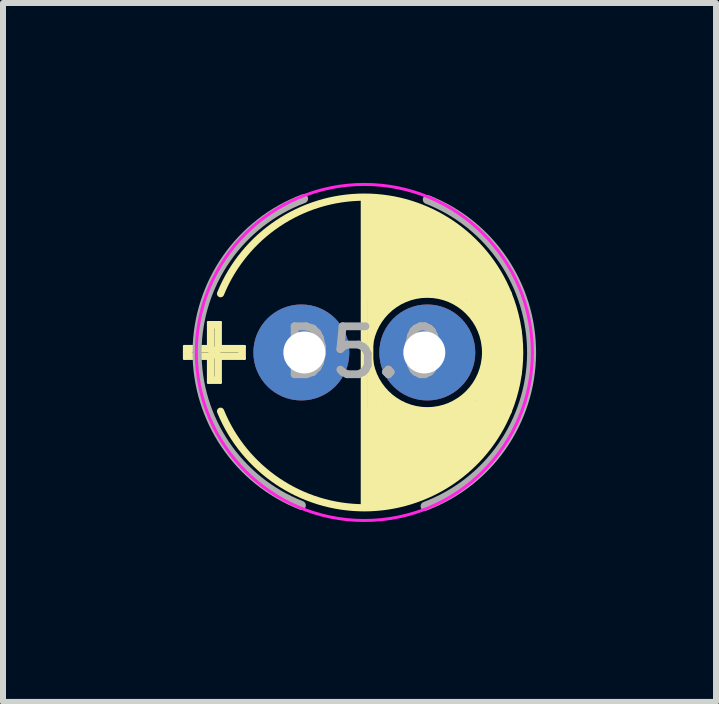
<source format=kicad_pcb>
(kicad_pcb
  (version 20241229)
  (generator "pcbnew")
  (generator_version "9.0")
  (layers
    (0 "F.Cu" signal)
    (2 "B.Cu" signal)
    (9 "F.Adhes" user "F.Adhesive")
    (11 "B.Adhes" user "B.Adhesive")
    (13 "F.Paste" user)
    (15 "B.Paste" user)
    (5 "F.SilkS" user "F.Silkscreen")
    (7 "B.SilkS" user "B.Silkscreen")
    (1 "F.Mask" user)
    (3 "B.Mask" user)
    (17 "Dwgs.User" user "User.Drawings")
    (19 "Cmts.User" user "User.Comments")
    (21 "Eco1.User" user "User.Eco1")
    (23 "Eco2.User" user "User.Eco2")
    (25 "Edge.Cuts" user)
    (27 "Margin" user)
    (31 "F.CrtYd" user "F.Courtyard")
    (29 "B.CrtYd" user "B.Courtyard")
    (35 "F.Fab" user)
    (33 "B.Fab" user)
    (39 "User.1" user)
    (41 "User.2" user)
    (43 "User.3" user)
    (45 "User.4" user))
  (footprint "D5.0"
    (layer "F.Cu")
    (at 3.025 2.827)
    (property "Reference" "D5.0" (at 0 0 0) (layer "F.Fab") (effects (font (size 0.8 0.8) (thickness 0.13))))
    (attr through_hole)
    (fp_line (start -3 -0.1) (end -3 0.1) (stroke (width 0.05) (type solid)) (layer "F.SilkS"))
    (fp_line (start -3 -0.1) (end -2.6 -0.1) (stroke (width 0.05) (type solid)) (layer "F.SilkS"))
    (fp_line (start -3 0) (end -2.9 0) (stroke (width 0.05) (type solid)) (layer "F.SilkS"))
    (fp_line (start -2.95 -0.05) (end -2.05 -0.05) (stroke (width 0.1) (type solid)) (layer "F.SilkS"))
    (fp_line (start -2.6 -0.5) (end -2.4 -0.5) (stroke (width 0.05) (type solid)) (layer "F.SilkS"))
    (fp_line (start -2.6 -0.1) (end -2.6 -0.5) (stroke (width 0.05) (type solid)) (layer "F.SilkS"))
    (fp_line (start -2.6 0.1) (end -3 0.1) (stroke (width 0.05) (type solid)) (layer "F.SilkS"))
    (fp_line (start -2.6 0.5) (end -2.6 0.1) (stroke (width 0.05) (type solid)) (layer "F.SilkS"))
    (fp_line (start -2.55 -0.45) (end -2.55 0.45) (stroke (width 0.1) (type solid)) (layer "F.SilkS"))
    (fp_line (start -2.55 0.45) (end -2.45 0.45) (stroke (width 0.1) (type solid)) (layer "F.SilkS"))
    (fp_line (start -2.45 -0.45) (end -2.55 -0.45) (stroke (width 0.1) (type solid)) (layer "F.SilkS"))
    (fp_line (start -2.45 0.45) (end -2.45 -0.45) (stroke (width 0.1) (type solid)) (layer "F.SilkS"))
    (fp_line (start -2.4 -0.5) (end -2.4 -0.1) (stroke (width 0.05) (type solid)) (layer "F.SilkS"))
    (fp_line (start -2.4 -0.1) (end -2 -0.1) (stroke (width 0.05) (type solid)) (layer "F.SilkS"))
    (fp_line (start -2.4 0.1) (end -2.4 0.5) (stroke (width 0.05) (type solid)) (layer "F.SilkS"))
    (fp_line (start -2.4 0.5) (end -2.6 0.5) (stroke (width 0.05) (type solid)) (layer "F.SilkS"))
    (fp_line (start -2.05 -0.05) (end -2.05 0.05) (stroke (width 0.1) (type solid)) (layer "F.SilkS"))
    (fp_line (start -2.05 0.05) (end -2.95 0.05) (stroke (width 0.1) (type solid)) (layer "F.SilkS"))
    (fp_line (start -2 -0.1) (end -2 0.1) (stroke (width 0.05) (type solid)) (layer "F.SilkS"))
    (fp_line (start -2 0.1) (end -2.4 0.1) (stroke (width 0.05) (type solid)) (layer "F.SilkS"))
    (fp_line (start 0 -2.55) (end 0 2.55) (stroke (width 0.12) (type solid)) (layer "F.SilkS"))
    (fp_line (start 0.04 -2.55) (end 0.04 -0.98) (stroke (width 0.12) (type solid)) (layer "F.SilkS"))
    (fp_line (start 0.04 0.98) (end 0.04 2.55) (stroke (width 0.12) (type solid)) (layer "F.SilkS"))
    (fp_line (start 0.08 -2.549) (end 0.08 -0.98) (stroke (width 0.12) (type solid)) (layer "F.SilkS"))
    (fp_line (start 0.08 0.98) (end 0.08 2.549) (stroke (width 0.12) (type solid)) (layer "F.SilkS"))
    (fp_line (start 0.1 -0.9) (end 0.6 -0.9) (stroke (width 0.1) (type solid)) (layer "F.SilkS"))
    (fp_line (start 0.1 0.9) (end 0.1 -0.9) (stroke (width 0.1) (type solid)) (layer "F.SilkS"))
    (fp_line (start 0.12 -2.548) (end 0.12 -0.98) (stroke (width 0.12) (type solid)) (layer "F.SilkS"))
    (fp_line (start 0.12 0.98) (end 0.12 2.548) (stroke (width 0.12) (type solid)) (layer "F.SilkS"))
    (fp_line (start 0.15 -0.85) (end 0.4 -0.85) (stroke (width 0.1) (type solid)) (layer "F.SilkS"))
    (fp_line (start 0.15 -0.5) (end 0.15 -0.85) (stroke (width 0.1) (type solid)) (layer "F.SilkS"))
    (fp_line (start 0.15 0.5) (end 0.15 0.9) (stroke (width 0.1) (type solid)) (layer "F.SilkS"))
    (fp_line (start 0.15 0.9) (end 0.5 0.9) (stroke (width 0.1) (type solid)) (layer "F.SilkS"))
    (fp_line (start 0.16 -2.546) (end 0.16 -0.98) (stroke (width 0.12) (type solid)) (layer "F.SilkS"))
    (fp_line (start 0.16 0.98) (end 0.16 2.546) (stroke (width 0.12) (type solid)) (layer "F.SilkS"))
    (fp_line (start 0.2 -2.543) (end 0.2 -0.98) (stroke (width 0.12) (type solid)) (layer "F.SilkS"))
    (fp_line (start 0.2 -0.8) (end 0.25 -0.8) (stroke (width 0.1) (type solid)) (layer "F.SilkS"))
    (fp_line (start 0.2 -0.65) (end 0.2 -0.8) (stroke (width 0.1) (type solid)) (layer "F.SilkS"))
    (fp_line (start 0.2 0.65) (end 0.25 0.85) (stroke (width 0.1) (type solid)) (layer "F.SilkS"))
    (fp_line (start 0.2 0.98) (end 0.2 2.543) (stroke (width 0.12) (type solid)) (layer "F.SilkS"))
    (fp_line (start 0.24 -2.539) (end 0.24 -0.98) (stroke (width 0.12) (type solid)) (layer "F.SilkS"))
    (fp_line (start 0.24 0.98) (end 0.24 2.539) (stroke (width 0.12) (type solid)) (layer "F.SilkS"))
    (fp_line (start 0.25 -0.7) (end 0.2 -0.65) (stroke (width 0.1) (type solid)) (layer "F.SilkS"))
    (fp_line (start 0.25 0.85) (end 0.35 0.85) (stroke (width 0.1) (type solid)) (layer "F.SilkS"))
    (fp_line (start 0.28 -2.535) (end 0.28 -0.98) (stroke (width 0.12) (type solid)) (layer "F.SilkS"))
    (fp_line (start 0.28 0.98) (end 0.28 2.535) (stroke (width 0.12) (type solid)) (layer "F.SilkS"))
    (fp_line (start 0.32 -2.531) (end 0.32 -0.98) (stroke (width 0.12) (type solid)) (layer "F.SilkS"))
    (fp_line (start 0.32 0.98) (end 0.32 2.531) (stroke (width 0.12) (type solid)) (layer "F.SilkS"))
    (fp_line (start 0.35 -0.75) (end 0.15 -0.5) (stroke (width 0.1) (type solid)) (layer "F.SilkS"))
    (fp_line (start 0.35 0.75) (end 0.15 0.5) (stroke (width 0.1) (type solid)) (layer "F.SilkS"))
    (fp_line (start 0.35 0.85) (end 0.3 0.8) (stroke (width 0.1) (type solid)) (layer "F.SilkS"))
    (fp_line (start 0.36 -2.525) (end 0.36 -0.98) (stroke (width 0.12) (type solid)) (layer "F.SilkS"))
    (fp_line (start 0.36 0.98) (end 0.36 2.525) (stroke (width 0.12) (type solid)) (layer "F.SilkS"))
    (fp_line (start 0.4 -2.519) (end 0.4 -0.98) (stroke (width 0.12) (type solid)) (layer "F.SilkS"))
    (fp_line (start 0.4 -0.85) (end 0.25 -0.7) (stroke (width 0.1) (type solid)) (layer "F.SilkS"))
    (fp_line (start 0.4 0.98) (end 0.4 2.519) (stroke (width 0.12) (type solid)) (layer "F.SilkS"))
    (fp_line (start 0.44 -2.513) (end 0.44 -0.98) (stroke (width 0.12) (type solid)) (layer "F.SilkS"))
    (fp_line (start 0.44 0.98) (end 0.44 2.513) (stroke (width 0.12) (type solid)) (layer "F.SilkS"))
    (fp_line (start 0.48 -2.506) (end 0.48 -0.98) (stroke (width 0.12) (type solid)) (layer "F.SilkS"))
    (fp_line (start 0.48 0.98) (end 0.48 2.506) (stroke (width 0.12) (type solid)) (layer "F.SilkS"))
    (fp_line (start 0.5 0.9) (end 0.2 0.65) (stroke (width 0.1) (type solid)) (layer "F.SilkS"))
    (fp_line (start 0.52 -2.498) (end 0.52 -0.98) (stroke (width 0.12) (type solid)) (layer "F.SilkS"))
    (fp_line (start 0.52 0.98) (end 0.52 2.498) (stroke (width 0.12) (type solid)) (layer "F.SilkS"))
    (fp_line (start 0.56 -2.489) (end 0.56 -0.98) (stroke (width 0.12) (type solid)) (layer "F.SilkS"))
    (fp_line (start 0.56 0.98) (end 0.56 2.489) (stroke (width 0.12) (type solid)) (layer "F.SilkS"))
    (fp_line (start 0.6 -2.48) (end 0.6 -0.98) (stroke (width 0.12) (type solid)) (layer "F.SilkS"))
    (fp_line (start 0.6 -0.9) (end 0.35 -0.75) (stroke (width 0.1) (type solid)) (layer "F.SilkS"))
    (fp_line (start 0.6 0.98) (end 0.6 2.48) (stroke (width 0.12) (type solid)) (layer "F.SilkS"))
    (fp_line (start 0.64 -2.47) (end 0.64 -0.98) (stroke (width 0.12) (type solid)) (layer "F.SilkS"))
    (fp_line (start 0.64 0.98) (end 0.64 2.47) (stroke (width 0.12) (type solid)) (layer "F.SilkS"))
    (fp_line (start 0.65 0.95) (end 0.35 0.75) (stroke (width 0.1) (type solid)) (layer "F.SilkS"))
    (fp_line (start 0.68 -2.46) (end 0.68 -0.98) (stroke (width 0.12) (type solid)) (layer "F.SilkS"))
    (fp_line (start 0.68 0.98) (end 0.68 2.46) (stroke (width 0.12) (type solid)) (layer "F.SilkS"))
    (fp_line (start 0.721 -2.448) (end 0.721 -0.98) (stroke (width 0.12) (type solid)) (layer "F.SilkS"))
    (fp_line (start 0.721 0.98) (end 0.721 2.448) (stroke (width 0.12) (type solid)) (layer "F.SilkS"))
    (fp_line (start 0.761 -2.436) (end 0.761 -0.98) (stroke (width 0.12) (type solid)) (layer "F.SilkS"))
    (fp_line (start 0.761 0.98) (end 0.761 2.436) (stroke (width 0.12) (type solid)) (layer "F.SilkS"))
    (fp_line (start 0.801 -2.424) (end 0.801 -0.98) (stroke (width 0.12) (type solid)) (layer "F.SilkS"))
    (fp_line (start 0.801 0.98) (end 0.801 2.424) (stroke (width 0.12) (type solid)) (layer "F.SilkS"))
    (fp_line (start 0.841 -2.41) (end 0.841 -0.98) (stroke (width 0.12) (type solid)) (layer "F.SilkS"))
    (fp_line (start 0.841 0.98) (end 0.841 2.41) (stroke (width 0.12) (type solid)) (layer "F.SilkS"))
    (fp_line (start 0.881 -2.396) (end 0.881 -0.98) (stroke (width 0.12) (type solid)) (layer "F.SilkS"))
    (fp_line (start 0.881 0.98) (end 0.881 2.396) (stroke (width 0.12) (type solid)) (layer "F.SilkS"))
    (fp_line (start 0.921 -2.382) (end 0.921 -0.98) (stroke (width 0.12) (type solid)) (layer "F.SilkS"))
    (fp_line (start 0.921 0.98) (end 0.921 2.382) (stroke (width 0.12) (type solid)) (layer "F.SilkS"))
    (fp_line (start 0.961 -2.366) (end 0.961 -0.98) (stroke (width 0.12) (type solid)) (layer "F.SilkS"))
    (fp_line (start 0.961 0.98) (end 0.961 2.366) (stroke (width 0.12) (type solid)) (layer "F.SilkS"))
    (fp_line (start 1.001 -2.35) (end 1.001 -0.98) (stroke (width 0.12) (type solid)) (layer "F.SilkS"))
    (fp_line (start 1.001 0.98) (end 1.001 2.35) (stroke (width 0.12) (type solid)) (layer "F.SilkS"))
    (fp_line (start 1.041 -2.333) (end 1.041 -0.98) (stroke (width 0.12) (type solid)) (layer "F.SilkS"))
    (fp_line (start 1.041 0.98) (end 1.041 2.333) (stroke (width 0.12) (type solid)) (layer "F.SilkS"))
    (fp_line (start 1.081 -2.315) (end 1.081 -0.98) (stroke (width 0.12) (type solid)) (layer "F.SilkS"))
    (fp_line (start 1.081 0.98) (end 1.081 2.315) (stroke (width 0.12) (type solid)) (layer "F.SilkS"))
    (fp_line (start 1.121 -2.296) (end 1.121 -0.98) (stroke (width 0.12) (type solid)) (layer "F.SilkS"))
    (fp_line (start 1.121 0.98) (end 1.121 2.296) (stroke (width 0.12) (type solid)) (layer "F.SilkS"))
    (fp_line (start 1.161 -2.276) (end 1.161 -0.98) (stroke (width 0.12) (type solid)) (layer "F.SilkS"))
    (fp_line (start 1.161 0.98) (end 1.161 2.276) (stroke (width 0.12) (type solid)) (layer "F.SilkS"))
    (fp_line (start 1.201 -2.256) (end 1.201 -0.98) (stroke (width 0.12) (type solid)) (layer "F.SilkS"))
    (fp_line (start 1.201 0.98) (end 1.201 2.256) (stroke (width 0.12) (type solid)) (layer "F.SilkS"))
    (fp_line (start 1.241 -2.234) (end 1.241 -0.98) (stroke (width 0.12) (type solid)) (layer "F.SilkS"))
    (fp_line (start 1.241 0.98) (end 1.241 2.234) (stroke (width 0.12) (type solid)) (layer "F.SilkS"))
    (fp_line (start 1.281 -2.212) (end 1.281 -0.98) (stroke (width 0.12) (type solid)) (layer "F.SilkS"))
    (fp_line (start 1.281 0.98) (end 1.281 2.212) (stroke (width 0.12) (type solid)) (layer "F.SilkS"))
    (fp_line (start 1.321 -2.189) (end 1.321 -0.98) (stroke (width 0.12) (type solid)) (layer "F.SilkS"))
    (fp_line (start 1.321 0.98) (end 1.321 2.189) (stroke (width 0.12) (type solid)) (layer "F.SilkS"))
    (fp_line (start 1.361 -2.165) (end 1.361 -0.98) (stroke (width 0.12) (type solid)) (layer "F.SilkS"))
    (fp_line (start 1.361 0.98) (end 1.361 2.165) (stroke (width 0.12) (type solid)) (layer "F.SilkS"))
    (fp_line (start 1.4 0.95) (end 1.9 0.6) (stroke (width 0.1) (type solid)) (layer "F.SilkS"))
    (fp_line (start 1.401 -2.14) (end 1.401 -0.98) (stroke (width 0.12) (type solid)) (layer "F.SilkS"))
    (fp_line (start 1.401 0.98) (end 1.401 2.14) (stroke (width 0.12) (type solid)) (layer "F.SilkS"))
    (fp_line (start 1.441 -2.113) (end 1.441 -0.98) (stroke (width 0.12) (type solid)) (layer "F.SilkS"))
    (fp_line (start 1.441 0.98) (end 1.441 2.113) (stroke (width 0.12) (type solid)) (layer "F.SilkS"))
    (fp_line (start 1.481 -2.086) (end 1.481 -0.98) (stroke (width 0.12) (type solid)) (layer "F.SilkS"))
    (fp_line (start 1.481 0.98) (end 1.481 2.086) (stroke (width 0.12) (type solid)) (layer "F.SilkS"))
    (fp_line (start 1.5 -0.95) (end 2 -0.9) (stroke (width 0.1) (type solid)) (layer "F.SilkS"))
    (fp_line (start 1.5 0.95) (end 1.85 0.7) (stroke (width 0.1) (type solid)) (layer "F.SilkS"))
    (fp_line (start 1.521 -2.058) (end 1.521 -0.98) (stroke (width 0.12) (type solid)) (layer "F.SilkS"))
    (fp_line (start 1.521 0.98) (end 1.521 2.058) (stroke (width 0.12) (type solid)) (layer "F.SilkS"))
    (fp_line (start 1.561 -2.028) (end 1.561 -0.98) (stroke (width 0.12) (type solid)) (layer "F.SilkS"))
    (fp_line (start 1.561 0.98) (end 1.561 2.028) (stroke (width 0.12) (type solid)) (layer "F.SilkS"))
    (fp_line (start 1.601 -1.997) (end 1.601 -0.98) (stroke (width 0.12) (type solid)) (layer "F.SilkS"))
    (fp_line (start 1.601 0.98) (end 1.601 1.997) (stroke (width 0.12) (type solid)) (layer "F.SilkS"))
    (fp_line (start 1.641 -1.965) (end 1.641 -0.98) (stroke (width 0.12) (type solid)) (layer "F.SilkS"))
    (fp_line (start 1.641 0.98) (end 1.641 1.965) (stroke (width 0.12) (type solid)) (layer "F.SilkS"))
    (fp_line (start 1.65 0.9) (end 1.9 0.7) (stroke (width 0.1) (type solid)) (layer "F.SilkS"))
    (fp_line (start 1.681 -1.932) (end 1.681 -0.98) (stroke (width 0.12) (type solid)) (layer "F.SilkS"))
    (fp_line (start 1.681 0.98) (end 1.681 1.932) (stroke (width 0.12) (type solid)) (layer "F.SilkS"))
    (fp_line (start 1.7 -0.75) (end 1.75 -0.85) (stroke (width 0.1) (type solid)) (layer "F.SilkS"))
    (fp_line (start 1.721 -1.897) (end 1.721 -0.98) (stroke (width 0.12) (type solid)) (layer "F.SilkS"))
    (fp_line (start 1.721 0.98) (end 1.721 1.897) (stroke (width 0.12) (type solid)) (layer "F.SilkS"))
    (fp_line (start 1.75 -0.85) (end 1.95 -0.85) (stroke (width 0.1) (type solid)) (layer "F.SilkS"))
    (fp_line (start 1.75 -0.8) (end 1.5 -0.95) (stroke (width 0.1) (type solid)) (layer "F.SilkS"))
    (fp_line (start 1.761 -1.861) (end 1.761 -0.98) (stroke (width 0.12) (type solid)) (layer "F.SilkS"))
    (fp_line (start 1.761 0.98) (end 1.761 1.861) (stroke (width 0.12) (type solid)) (layer "F.SilkS"))
    (fp_line (start 1.801 -1.823) (end 1.801 -0.98) (stroke (width 0.12) (type solid)) (layer "F.SilkS"))
    (fp_line (start 1.801 0.98) (end 1.801 1.823) (stroke (width 0.12) (type solid)) (layer "F.SilkS"))
    (fp_line (start 1.841 -1.783) (end 1.841 -0.98) (stroke (width 0.12) (type solid)) (layer "F.SilkS"))
    (fp_line (start 1.841 0.98) (end 1.841 1.783) (stroke (width 0.12) (type solid)) (layer "F.SilkS"))
    (fp_line (start 1.85 -0.8) (end 1.9 -0.8) (stroke (width 0.1) (type solid)) (layer "F.SilkS"))
    (fp_line (start 1.85 0.7) (end 1.9 0.55) (stroke (width 0.1) (type solid)) (layer "F.SilkS"))
    (fp_line (start 1.881 -1.742) (end 1.881 -0.98) (stroke (width 0.12) (type solid)) (layer "F.SilkS"))
    (fp_line (start 1.881 0.98) (end 1.881 1.742) (stroke (width 0.12) (type solid)) (layer "F.SilkS"))
    (fp_line (start 1.9 0.55) (end 1.95 0.4) (stroke (width 0.1) (type solid)) (layer "F.SilkS"))
    (fp_line (start 1.9 0.7) (end 1.9 0.85) (stroke (width 0.1) (type solid)) (layer "F.SilkS"))
    (fp_line (start 1.9 0.85) (end 1.8 0.85) (stroke (width 0.1) (type solid)) (layer "F.SilkS"))
    (fp_line (start 1.921 -1.699) (end 1.921 -0.98) (stroke (width 0.12) (type solid)) (layer "F.SilkS"))
    (fp_line (start 1.921 0.98) (end 1.921 1.699) (stroke (width 0.12) (type solid)) (layer "F.SilkS"))
    (fp_line (start 1.95 -0.85) (end 1.95 -0.55) (stroke (width 0.1) (type solid)) (layer "F.SilkS"))
    (fp_line (start 1.95 -0.55) (end 1.85 -0.8) (stroke (width 0.1) (type solid)) (layer "F.SilkS"))
    (fp_line (start 1.95 0.4) (end 1.95 0.9) (stroke (width 0.1) (type solid)) (layer "F.SilkS"))
    (fp_line (start 1.95 0.9) (end 1.65 0.9) (stroke (width 0.1) (type solid)) (layer "F.SilkS"))
    (fp_line (start 1.961 -1.654) (end 1.961 -0.98) (stroke (width 0.12) (type solid)) (layer "F.SilkS"))
    (fp_line (start 1.961 0.98) (end 1.961 1.654) (stroke (width 0.12) (type solid)) (layer "F.SilkS"))
    (fp_line (start 2 -0.9) (end 2 -0.6) (stroke (width 0.1) (type solid)) (layer "F.SilkS"))
    (fp_line (start 2 -0.6) (end 1.7 -0.75) (stroke (width 0.1) (type solid)) (layer "F.SilkS"))
    (fp_line (start 2.041 -1.556) (end 2.041 1.556) (stroke (width 0.12) (type solid)) (layer "F.SilkS"))
    (fp_line (start 2.05 -0.35) (end 1.75 -0.8) (stroke (width 0.1) (type solid)) (layer "F.SilkS"))
    (fp_line (start 2.081 -1.504) (end 2.081 1.504) (stroke (width 0.12) (type solid)) (layer "F.SilkS"))
    (fp_line (start 2.121 -1.448) (end 2.121 1.448) (stroke (width 0.12) (type solid)) (layer "F.SilkS"))
    (fp_line (start 2.161 -1.39) (end 2.161 1.39) (stroke (width 0.12) (type solid)) (layer "F.SilkS"))
    (fp_line (start 2.201 -1.327) (end 2.201 1.327) (stroke (width 0.12) (type solid)) (layer "F.SilkS"))
    (fp_line (start 2.241 -1.261) (end 2.241 1.261) (stroke (width 0.12) (type solid)) (layer "F.SilkS"))
    (fp_line (start 2.281 -1.189) (end 2.281 1.189) (stroke (width 0.12) (type solid)) (layer "F.SilkS"))
    (fp_line (start 2.321 -1.112) (end 2.321 1.112) (stroke (width 0.12) (type solid)) (layer "F.SilkS"))
    (fp_line (start 2.361 -1.028) (end 2.361 1.028) (stroke (width 0.12) (type solid)) (layer "F.SilkS"))
    (fp_line (start 2.401 -0.934) (end 2.401 0.934) (stroke (width 0.12) (type solid)) (layer "F.SilkS"))
    (fp_line (start 2.441 -0.829) (end 2.441 0.829) (stroke (width 0.12) (type solid)) (layer "F.SilkS"))
    (fp_line (start 2.481 -0.707) (end 2.481 0.707) (stroke (width 0.12) (type solid)) (layer "F.SilkS"))
    (fp_line (start 2.521 -0.559) (end 2.521 0.559) (stroke (width 0.12) (type solid)) (layer "F.SilkS"))
    (fp_line (start 2.561 -0.354) (end 2.561 0.354) (stroke (width 0.12) (type solid)) (layer "F.SilkS"))
    (fp_arc (start -2.397436 -0.98) (mid -0.000756 -2.59) (end 2.396863 -0.9814) (stroke (width 0.12) (type solid)) (layer "F.SilkS"))
    (fp_arc (start 2.396863 0.9814) (mid -0.000756 2.59) (end -2.397436 0.98) (stroke (width 0.12) (type solid)) (layer "F.SilkS"))
    (fp_arc (start 2.397436 -0.98) (mid 2.59 0.000756) (end 2.396863 0.9814) (stroke (width 0.12) (type solid)) (layer "F.SilkS"))
    (fp_circle (center 1.05 0) (end 1.5 0.85) (stroke (width 0.1) (type solid)) (fill no) (layer "F.SilkS"))
    (fp_circle (center 0 0) (end 1.6 2.3) (stroke (width 0.05) (type solid)) (fill no) (layer "F.CrtYd"))
    (fp_arc (start -1.05 2.55) (mid -2.788998 -0.019742) (end -1.013138 -2.56415) (stroke (width 0.15) (type solid)) (layer "F.Fab"))
    (fp_arc (start 1.05 -2.55) (mid 2.788998 0.019742) (end 1.013138 2.56415) (stroke (width 0.15) (type solid)) (layer "F.Fab"))
    (pad "1" thru_hole oval (at -1 0) (size 1.6 1.6) (drill 0.7 (offset -0.05 0)) (layers "*.Cu" "*.Mask"))
    (pad "2" thru_hole oval (at 1 0) (size 1.6 1.6) (drill 0.7 (offset 0.05 0)) (layers "*.Cu" "*.Mask")))
  (gr_rect
    (start -3 -3)
    (end 8.889 8.654)
    (stroke (width 0.1) (type default))
    (fill no)
    (layer "Edge.Cuts")))
</source>
